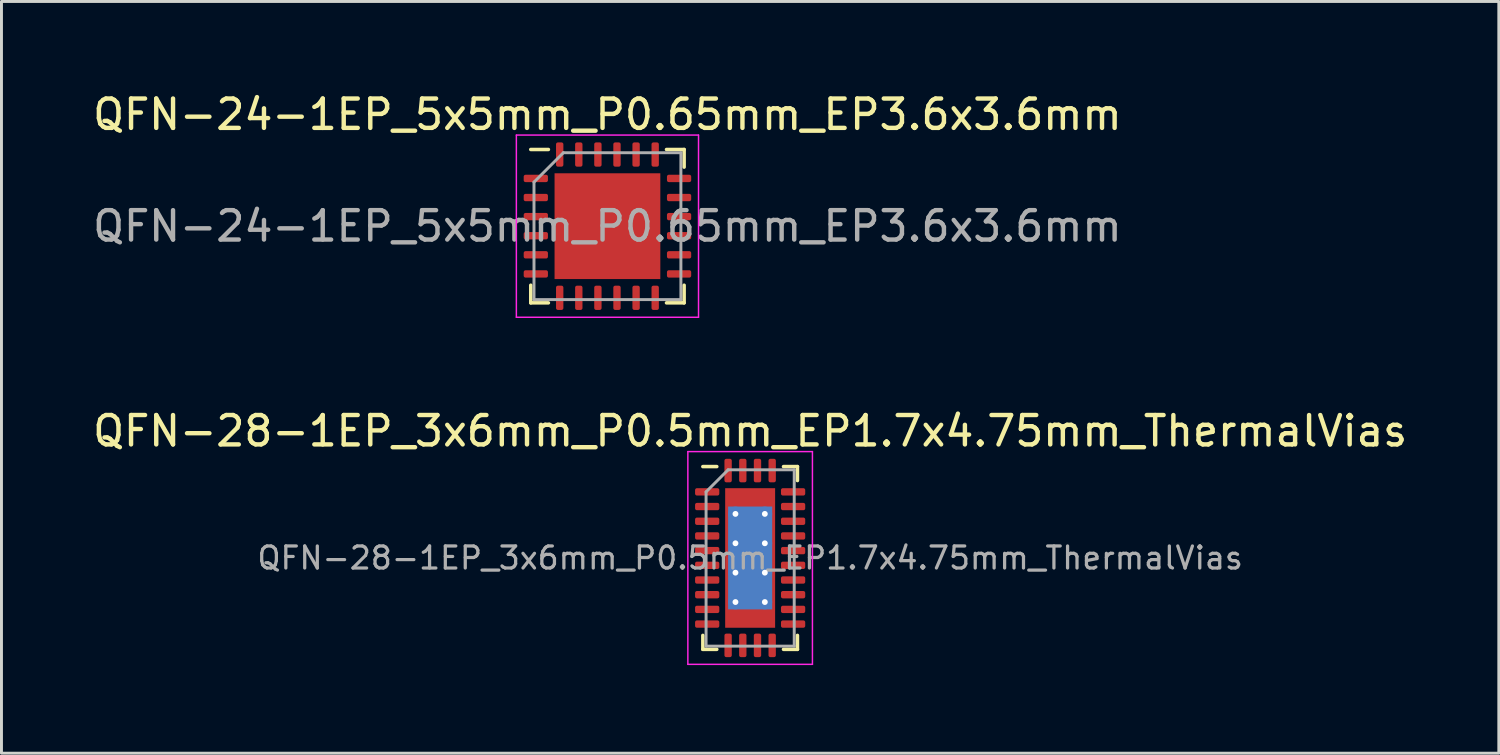
<source format=kicad_pcb>
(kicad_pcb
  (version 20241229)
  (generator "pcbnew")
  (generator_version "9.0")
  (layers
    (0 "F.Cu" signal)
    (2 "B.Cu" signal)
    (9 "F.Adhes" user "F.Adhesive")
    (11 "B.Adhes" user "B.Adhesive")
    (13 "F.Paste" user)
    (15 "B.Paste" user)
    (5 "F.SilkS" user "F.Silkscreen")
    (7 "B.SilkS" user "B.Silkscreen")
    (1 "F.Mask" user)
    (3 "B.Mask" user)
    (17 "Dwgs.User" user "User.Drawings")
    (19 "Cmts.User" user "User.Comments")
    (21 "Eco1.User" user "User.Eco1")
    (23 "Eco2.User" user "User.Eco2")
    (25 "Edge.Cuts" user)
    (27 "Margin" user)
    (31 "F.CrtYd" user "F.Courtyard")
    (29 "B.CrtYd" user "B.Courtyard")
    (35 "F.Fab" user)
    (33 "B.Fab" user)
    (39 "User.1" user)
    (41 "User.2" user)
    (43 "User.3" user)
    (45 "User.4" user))
  (footprint "QFN-24-1EP_5x5mm_P0.65mm_EP3.6x3.6mm"
    (layer "F.Cu")
    (at 17.625 4.648)
    (property "Reference" "QFN-24-1EP_5x5mm_P0.65mm_EP3.6x3.6mm" (at 0 -3.8 0) (layer "F.SilkS") (effects (font (size 1 1) (thickness 0.15))))
    (attr smd)
    (fp_line (start -2.61 2.61) (end -2.61 2.01) (stroke (width 0.12) (type solid)) (layer "F.SilkS"))
    (fp_line (start -2.01 -2.61) (end -2.61 -2.61) (stroke (width 0.12) (type solid)) (layer "F.SilkS"))
    (fp_line (start -2.01 2.61) (end -2.61 2.61) (stroke (width 0.12) (type solid)) (layer "F.SilkS"))
    (fp_line (start 2.01 -2.61) (end 2.61 -2.61) (stroke (width 0.12) (type solid)) (layer "F.SilkS"))
    (fp_line (start 2.01 2.61) (end 2.61 2.61) (stroke (width 0.12) (type solid)) (layer "F.SilkS"))
    (fp_line (start 2.61 -2.61) (end 2.61 -2.01) (stroke (width 0.12) (type solid)) (layer "F.SilkS"))
    (fp_line (start 2.61 2.61) (end 2.61 2.01) (stroke (width 0.12) (type solid)) (layer "F.SilkS"))
    (fp_line (start -3.1 -3.1) (end -3.1 3.1) (stroke (width 0.05) (type solid)) (layer "F.CrtYd"))
    (fp_line (start -3.1 3.1) (end 3.1 3.1) (stroke (width 0.05) (type solid)) (layer "F.CrtYd"))
    (fp_line (start 3.1 -3.1) (end -3.1 -3.1) (stroke (width 0.05) (type solid)) (layer "F.CrtYd"))
    (fp_line (start 3.1 3.1) (end 3.1 -3.1) (stroke (width 0.05) (type solid)) (layer "F.CrtYd"))
    (fp_line (start -2.5 -1.5) (end -1.5 -2.5) (stroke (width 0.1) (type solid)) (layer "F.Fab"))
    (fp_line (start -2.5 2.5) (end -2.5 -1.5) (stroke (width 0.1) (type solid)) (layer "F.Fab"))
    (fp_line (start -1.5 -2.5) (end 2.5 -2.5) (stroke (width 0.1) (type solid)) (layer "F.Fab"))
    (fp_line (start 2.5 -2.5) (end 2.5 2.5) (stroke (width 0.1) (type solid)) (layer "F.Fab"))
    (fp_line (start 2.5 2.5) (end -2.5 2.5) (stroke (width 0.1) (type solid)) (layer "F.Fab"))
    (fp_text user "${REFERENCE}" (at 0 0 0) (layer "F.Fab") (effects (font (size 1 1) (thickness 0.15))))
    (pad "" smd roundrect (at -1.2 -1.2) (size 0.97 0.97) (layers "F.Paste") (roundrect_rratio 0.25))
    (pad "" smd roundrect (at -1.2 0) (size 0.97 0.97) (layers "F.Paste") (roundrect_rratio 0.25))
    (pad "" smd roundrect (at -1.2 1.2) (size 0.97 0.97) (layers "F.Paste") (roundrect_rratio 0.25))
    (pad "" smd roundrect (at 0 -1.2) (size 0.97 0.97) (layers "F.Paste") (roundrect_rratio 0.25))
    (pad "" smd roundrect (at 0 0) (size 0.97 0.97) (layers "F.Paste") (roundrect_rratio 0.25))
    (pad "" smd roundrect (at 0 1.2) (size 0.97 0.97) (layers "F.Paste") (roundrect_rratio 0.25))
    (pad "" smd roundrect (at 1.2 -1.2) (size 0.97 0.97) (layers "F.Paste") (roundrect_rratio 0.25))
    (pad "" smd roundrect (at 1.2 0) (size 0.97 0.97) (layers "F.Paste") (roundrect_rratio 0.25))
    (pad "" smd roundrect (at 1.2 1.2) (size 0.97 0.97) (layers "F.Paste") (roundrect_rratio 0.25))
    (pad "1" smd roundrect (at -2.438 -1.625) (size 0.825 0.25) (layers "F.Cu" "F.Mask" "F.Paste") (roundrect_rratio 0.25))
    (pad "2" smd roundrect (at -2.438 -0.975) (size 0.825 0.25) (layers "F.Cu" "F.Mask" "F.Paste") (roundrect_rratio 0.25))
    (pad "3" smd roundrect (at -2.438 -0.325) (size 0.825 0.25) (layers "F.Cu" "F.Mask" "F.Paste") (roundrect_rratio 0.25))
    (pad "4" smd roundrect (at -2.438 0.325) (size 0.825 0.25) (layers "F.Cu" "F.Mask" "F.Paste") (roundrect_rratio 0.25))
    (pad "5" smd roundrect (at -2.438 0.975) (size 0.825 0.25) (layers "F.Cu" "F.Mask" "F.Paste") (roundrect_rratio 0.25))
    (pad "6" smd roundrect (at -2.438 1.625) (size 0.825 0.25) (layers "F.Cu" "F.Mask" "F.Paste") (roundrect_rratio 0.25))
    (pad "7" smd roundrect (at -1.625 2.438) (size 0.25 0.825) (layers "F.Cu" "F.Mask" "F.Paste") (roundrect_rratio 0.25))
    (pad "8" smd roundrect (at -0.975 2.438) (size 0.25 0.825) (layers "F.Cu" "F.Mask" "F.Paste") (roundrect_rratio 0.25))
    (pad "9" smd roundrect (at -0.325 2.438) (size 0.25 0.825) (layers "F.Cu" "F.Mask" "F.Paste") (roundrect_rratio 0.25))
    (pad "10" smd roundrect (at 0.325 2.438) (size 0.25 0.825) (layers "F.Cu" "F.Mask" "F.Paste") (roundrect_rratio 0.25))
    (pad "11" smd roundrect (at 0.975 2.438) (size 0.25 0.825) (layers "F.Cu" "F.Mask" "F.Paste") (roundrect_rratio 0.25))
    (pad "12" smd roundrect (at 1.625 2.438) (size 0.25 0.825) (layers "F.Cu" "F.Mask" "F.Paste") (roundrect_rratio 0.25))
    (pad "13" smd roundrect (at 2.438 1.625) (size 0.825 0.25) (layers "F.Cu" "F.Mask" "F.Paste") (roundrect_rratio 0.25))
    (pad "14" smd roundrect (at 2.438 0.975) (size 0.825 0.25) (layers "F.Cu" "F.Mask" "F.Paste") (roundrect_rratio 0.25))
    (pad "15" smd roundrect (at 2.438 0.325) (size 0.825 0.25) (layers "F.Cu" "F.Mask" "F.Paste") (roundrect_rratio 0.25))
    (pad "16" smd roundrect (at 2.438 -0.325) (size 0.825 0.25) (layers "F.Cu" "F.Mask" "F.Paste") (roundrect_rratio 0.25))
    (pad "17" smd roundrect (at 2.438 -0.975) (size 0.825 0.25) (layers "F.Cu" "F.Mask" "F.Paste") (roundrect_rratio 0.25))
    (pad "18" smd roundrect (at 2.438 -1.625) (size 0.825 0.25) (layers "F.Cu" "F.Mask" "F.Paste") (roundrect_rratio 0.25))
    (pad "19" smd roundrect (at 1.625 -2.438) (size 0.25 0.825) (layers "F.Cu" "F.Mask" "F.Paste") (roundrect_rratio 0.25))
    (pad "20" smd roundrect (at 0.975 -2.438) (size 0.25 0.825) (layers "F.Cu" "F.Mask" "F.Paste") (roundrect_rratio 0.25))
    (pad "21" smd roundrect (at 0.325 -2.438) (size 0.25 0.825) (layers "F.Cu" "F.Mask" "F.Paste") (roundrect_rratio 0.25))
    (pad "22" smd roundrect (at -0.325 -2.438) (size 0.25 0.825) (layers "F.Cu" "F.Mask" "F.Paste") (roundrect_rratio 0.25))
    (pad "23" smd roundrect (at -0.975 -2.438) (size 0.25 0.825) (layers "F.Cu" "F.Mask" "F.Paste") (roundrect_rratio 0.25))
    (pad "24" smd roundrect (at -1.625 -2.438) (size 0.25 0.825) (layers "F.Cu" "F.Mask" "F.Paste") (roundrect_rratio 0.25))
    (pad "25" smd rect (at 0 0) (size 3.6 3.6) (layers "F.Cu" "F.Mask")))
  (footprint "QFN-28-1EP_3x6mm_P0.5mm_EP1.7x4.75mm_ThermalVias"
    (layer "F.Cu")
    (at 22.482 15.941)
    (property "Reference" "QFN-28-1EP_3x6mm_P0.5mm_EP1.7x4.75mm_ThermalVias" (at 0 -4.32 0) (layer "F.SilkS") (effects (font (size 1 1) (thickness 0.15))))
    (attr smd)
    (fp_line (start -1.61 3.11) (end -1.61 2.635) (stroke (width 0.12) (type solid)) (layer "F.SilkS"))
    (fp_line (start -1.135 -3.11) (end -1.61 -3.11) (stroke (width 0.12) (type solid)) (layer "F.SilkS"))
    (fp_line (start -1.135 3.11) (end -1.61 3.11) (stroke (width 0.12) (type solid)) (layer "F.SilkS"))
    (fp_line (start 1.135 -3.11) (end 1.61 -3.11) (stroke (width 0.12) (type solid)) (layer "F.SilkS"))
    (fp_line (start 1.135 3.11) (end 1.61 3.11) (stroke (width 0.12) (type solid)) (layer "F.SilkS"))
    (fp_line (start 1.61 -3.11) (end 1.61 -2.635) (stroke (width 0.12) (type solid)) (layer "F.SilkS"))
    (fp_line (start 1.61 3.11) (end 1.61 2.635) (stroke (width 0.12) (type solid)) (layer "F.SilkS"))
    (fp_line (start -2.12 -3.62) (end -2.12 3.62) (stroke (width 0.05) (type solid)) (layer "F.CrtYd"))
    (fp_line (start -2.12 3.62) (end 2.12 3.62) (stroke (width 0.05) (type solid)) (layer "F.CrtYd"))
    (fp_line (start 2.12 -3.62) (end -2.12 -3.62) (stroke (width 0.05) (type solid)) (layer "F.CrtYd"))
    (fp_line (start 2.12 3.62) (end 2.12 -3.62) (stroke (width 0.05) (type solid)) (layer "F.CrtYd"))
    (fp_line (start -1.5 -2.25) (end -0.75 -3) (stroke (width 0.1) (type solid)) (layer "F.Fab"))
    (fp_line (start -1.5 3) (end -1.5 -2.25) (stroke (width 0.1) (type solid)) (layer "F.Fab"))
    (fp_line (start -0.75 -3) (end 1.5 -3) (stroke (width 0.1) (type solid)) (layer "F.Fab"))
    (fp_line (start 1.5 -3) (end 1.5 3) (stroke (width 0.1) (type solid)) (layer "F.Fab"))
    (fp_line (start 1.5 3) (end -1.5 3) (stroke (width 0.1) (type solid)) (layer "F.Fab"))
    (fp_text user "${REFERENCE}" (at 0 0 0) (layer "F.Fab") (effects (font (size 0.75 0.75) (thickness 0.11))))
    (pad "" smd custom (at -0.675 -1.938) (size 0.166 0.166) (layers "F.Paste") (options (anchor circle)) (primitives (gr_poly (pts (xy -0.082 -0.294) (xy 0.082 -0.294) (xy 0.082 0.164) (xy -0.048 0.294) (xy -0.082 0.294)) (width 0.118) (fill yes))))
    (pad "" smd custom (at -0.675 -1) (size 0.175 0.175) (layers "F.Paste") (options (anchor circle)) (primitives (gr_poly (pts (xy -0.076 -0.338) (xy -0.038 -0.338) (xy 0.076 -0.224) (xy 0.076 0.224) (xy -0.038 0.338) (xy -0.076 0.338)) (width 0.13) (fill yes))))
    (pad "" smd custom (at -0.675 0) (size 0.175 0.175) (layers "F.Paste") (options (anchor circle)) (primitives (gr_poly (pts (xy -0.076 -0.338) (xy -0.038 -0.338) (xy 0.076 -0.224) (xy 0.076 0.224) (xy -0.038 0.338) (xy -0.076 0.338)) (width 0.13) (fill yes))))
    (pad "" smd custom (at -0.675 1) (size 0.175 0.175) (layers "F.Paste") (options (anchor circle)) (primitives (gr_poly (pts (xy -0.076 -0.338) (xy -0.038 -0.338) (xy 0.076 -0.224) (xy 0.076 0.224) (xy -0.038 0.338) (xy -0.076 0.338)) (width 0.13) (fill yes))))
    (pad "" smd custom (at -0.675 1.938) (size 0.166 0.166) (layers "F.Paste") (options (anchor circle)) (primitives (gr_poly (pts (xy -0.082 -0.294) (xy -0.048 -0.294) (xy 0.082 -0.164) (xy 0.082 0.294) (xy -0.082 0.294)) (width 0.118) (fill yes))))
    (pad "" smd roundrect (at 0 -1.938) (size 0.806 0.705) (layers "F.Paste") (roundrect_rratio 0.25))
    (pad "" smd roundrect (at 0 -1) (size 0.806 0.806) (layers "F.Paste") (roundrect_rratio 0.25))
    (pad "" smd roundrect (at 0 0) (size 0.806 0.806) (layers "F.Paste") (roundrect_rratio 0.25))
    (pad "" smd roundrect (at 0 1) (size 0.806 0.806) (layers "F.Paste") (roundrect_rratio 0.25))
    (pad "" smd roundrect (at 0 1.938) (size 0.806 0.705) (layers "F.Paste") (roundrect_rratio 0.25))
    (pad "" smd custom (at 0.675 -1.938) (size 0.166 0.166) (layers "F.Paste") (options (anchor circle)) (primitives (gr_poly (pts (xy -0.082 -0.294) (xy 0.082 -0.294) (xy 0.082 0.294) (xy 0.048 0.294) (xy -0.082 0.164)) (width 0.118) (fill yes))))
    (pad "" smd custom (at 0.675 -1) (size 0.175 0.175) (layers "F.Paste") (options (anchor circle)) (primitives (gr_poly (pts (xy -0.076 -0.224) (xy 0.038 -0.338) (xy 0.076 -0.338) (xy 0.076 0.338) (xy 0.038 0.338) (xy -0.076 0.224)) (width 0.13) (fill yes))))
    (pad "" smd custom (at 0.675 0) (size 0.175 0.175) (layers "F.Paste") (options (anchor circle)) (primitives (gr_poly (pts (xy -0.076 -0.224) (xy 0.038 -0.338) (xy 0.076 -0.338) (xy 0.076 0.338) (xy 0.038 0.338) (xy -0.076 0.224)) (width 0.13) (fill yes))))
    (pad "" smd custom (at 0.675 1) (size 0.175 0.175) (layers "F.Paste") (options (anchor circle)) (primitives (gr_poly (pts (xy -0.076 -0.224) (xy 0.038 -0.338) (xy 0.076 -0.338) (xy 0.076 0.338) (xy 0.038 0.338) (xy -0.076 0.224)) (width 0.13) (fill yes))))
    (pad "" smd custom (at 0.675 1.938) (size 0.166 0.166) (layers "F.Paste") (options (anchor circle)) (primitives (gr_poly (pts (xy -0.082 -0.164) (xy 0.048 -0.294) (xy 0.082 -0.294) (xy 0.082 0.294) (xy -0.082 0.294)) (width 0.118) (fill yes))))
    (pad "1" smd roundrect (at -1.462 -2.25) (size 0.825 0.25) (layers "F.Cu" "F.Mask" "F.Paste") (roundrect_rratio 0.25))
    (pad "2" smd roundrect (at -1.462 -1.75) (size 0.825 0.25) (layers "F.Cu" "F.Mask" "F.Paste") (roundrect_rratio 0.25))
    (pad "3" smd roundrect (at -1.462 -1.25) (size 0.825 0.25) (layers "F.Cu" "F.Mask" "F.Paste") (roundrect_rratio 0.25))
    (pad "4" smd roundrect (at -1.462 -0.75) (size 0.825 0.25) (layers "F.Cu" "F.Mask" "F.Paste") (roundrect_rratio 0.25))
    (pad "5" smd roundrect (at -1.462 -0.25) (size 0.825 0.25) (layers "F.Cu" "F.Mask" "F.Paste") (roundrect_rratio 0.25))
    (pad "6" smd roundrect (at -1.462 0.25) (size 0.825 0.25) (layers "F.Cu" "F.Mask" "F.Paste") (roundrect_rratio 0.25))
    (pad "7" smd roundrect (at -1.462 0.75) (size 0.825 0.25) (layers "F.Cu" "F.Mask" "F.Paste") (roundrect_rratio 0.25))
    (pad "8" smd roundrect (at -1.462 1.25) (size 0.825 0.25) (layers "F.Cu" "F.Mask" "F.Paste") (roundrect_rratio 0.25))
    (pad "9" smd roundrect (at -1.462 1.75) (size 0.825 0.25) (layers "F.Cu" "F.Mask" "F.Paste") (roundrect_rratio 0.25))
    (pad "10" smd roundrect (at -1.462 2.25) (size 0.825 0.25) (layers "F.Cu" "F.Mask" "F.Paste") (roundrect_rratio 0.25))
    (pad "11" smd roundrect (at -0.75 2.975) (size 0.25 0.8) (layers "F.Cu" "F.Mask" "F.Paste") (roundrect_rratio 0.25))
    (pad "12" smd roundrect (at -0.25 2.975) (size 0.25 0.8) (layers "F.Cu" "F.Mask" "F.Paste") (roundrect_rratio 0.25))
    (pad "13" smd roundrect (at 0.25 2.975) (size 0.25 0.8) (layers "F.Cu" "F.Mask" "F.Paste") (roundrect_rratio 0.25))
    (pad "14" smd roundrect (at 0.75 2.975) (size 0.25 0.8) (layers "F.Cu" "F.Mask" "F.Paste") (roundrect_rratio 0.25))
    (pad "15" smd roundrect (at 1.462 2.25) (size 0.825 0.25) (layers "F.Cu" "F.Mask" "F.Paste") (roundrect_rratio 0.25))
    (pad "16" smd roundrect (at 1.462 1.75) (size 0.825 0.25) (layers "F.Cu" "F.Mask" "F.Paste") (roundrect_rratio 0.25))
    (pad "17" smd roundrect (at 1.462 1.25) (size 0.825 0.25) (layers "F.Cu" "F.Mask" "F.Paste") (roundrect_rratio 0.25))
    (pad "18" smd roundrect (at 1.462 0.75) (size 0.825 0.25) (layers "F.Cu" "F.Mask" "F.Paste") (roundrect_rratio 0.25))
    (pad "19" smd roundrect (at 1.462 0.25) (size 0.825 0.25) (layers "F.Cu" "F.Mask" "F.Paste") (roundrect_rratio 0.25))
    (pad "20" smd roundrect (at 1.462 -0.25) (size 0.825 0.25) (layers "F.Cu" "F.Mask" "F.Paste") (roundrect_rratio 0.25))
    (pad "21" smd roundrect (at 1.462 -0.75) (size 0.825 0.25) (layers "F.Cu" "F.Mask" "F.Paste") (roundrect_rratio 0.25))
    (pad "22" smd roundrect (at 1.462 -1.25) (size 0.825 0.25) (layers "F.Cu" "F.Mask" "F.Paste") (roundrect_rratio 0.25))
    (pad "23" smd roundrect (at 1.462 -1.75) (size 0.825 0.25) (layers "F.Cu" "F.Mask" "F.Paste") (roundrect_rratio 0.25))
    (pad "24" smd roundrect (at 1.462 -2.25) (size 0.825 0.25) (layers "F.Cu" "F.Mask" "F.Paste") (roundrect_rratio 0.25))
    (pad "25" smd roundrect (at 0.75 -2.975) (size 0.25 0.8) (layers "F.Cu" "F.Mask" "F.Paste") (roundrect_rratio 0.25))
    (pad "26" smd roundrect (at 0.25 -2.975) (size 0.25 0.8) (layers "F.Cu" "F.Mask" "F.Paste") (roundrect_rratio 0.25))
    (pad "27" smd roundrect (at -0.25 -2.975) (size 0.25 0.8) (layers "F.Cu" "F.Mask" "F.Paste") (roundrect_rratio 0.25))
    (pad "28" smd roundrect (at -0.75 -2.975) (size 0.25 0.8) (layers "F.Cu" "F.Mask" "F.Paste") (roundrect_rratio 0.25))
    (pad "29" thru_hole circle (at -0.5 -1.5) (size 0.5 0.5) (drill 0.2) (layers "*.Cu"))
    (pad "29" thru_hole circle (at -0.5 -0.5) (size 0.5 0.5) (drill 0.2) (layers "*.Cu"))
    (pad "29" thru_hole circle (at -0.5 0.5) (size 0.5 0.5) (drill 0.2) (layers "*.Cu"))
    (pad "29" thru_hole circle (at -0.5 1.5) (size 0.5 0.5) (drill 0.2) (layers "*.Cu"))
    (pad "29" smd rect (at 0 0) (size 1.5 3.5) (layers "B.Cu"))
    (pad "29" smd rect (at 0 0) (size 1.7 4.75) (layers "F.Cu" "F.Mask"))
    (pad "29" thru_hole circle (at 0.5 -1.5) (size 0.5 0.5) (drill 0.2) (layers "*.Cu"))
    (pad "29" thru_hole circle (at 0.5 -0.5) (size 0.5 0.5) (drill 0.2) (layers "*.Cu"))
    (pad "29" thru_hole circle (at 0.5 0.5) (size 0.5 0.5) (drill 0.2) (layers "*.Cu"))
    (pad "29" thru_hole circle (at 0.5 1.5) (size 0.5 0.5) (drill 0.2) (layers "*.Cu")))
  (gr_rect
    (start -3 -3)
    (end 47.964 22.587)
    (stroke (width 0.1) (type default))
    (fill no)
    (layer "Edge.Cuts")))
</source>
